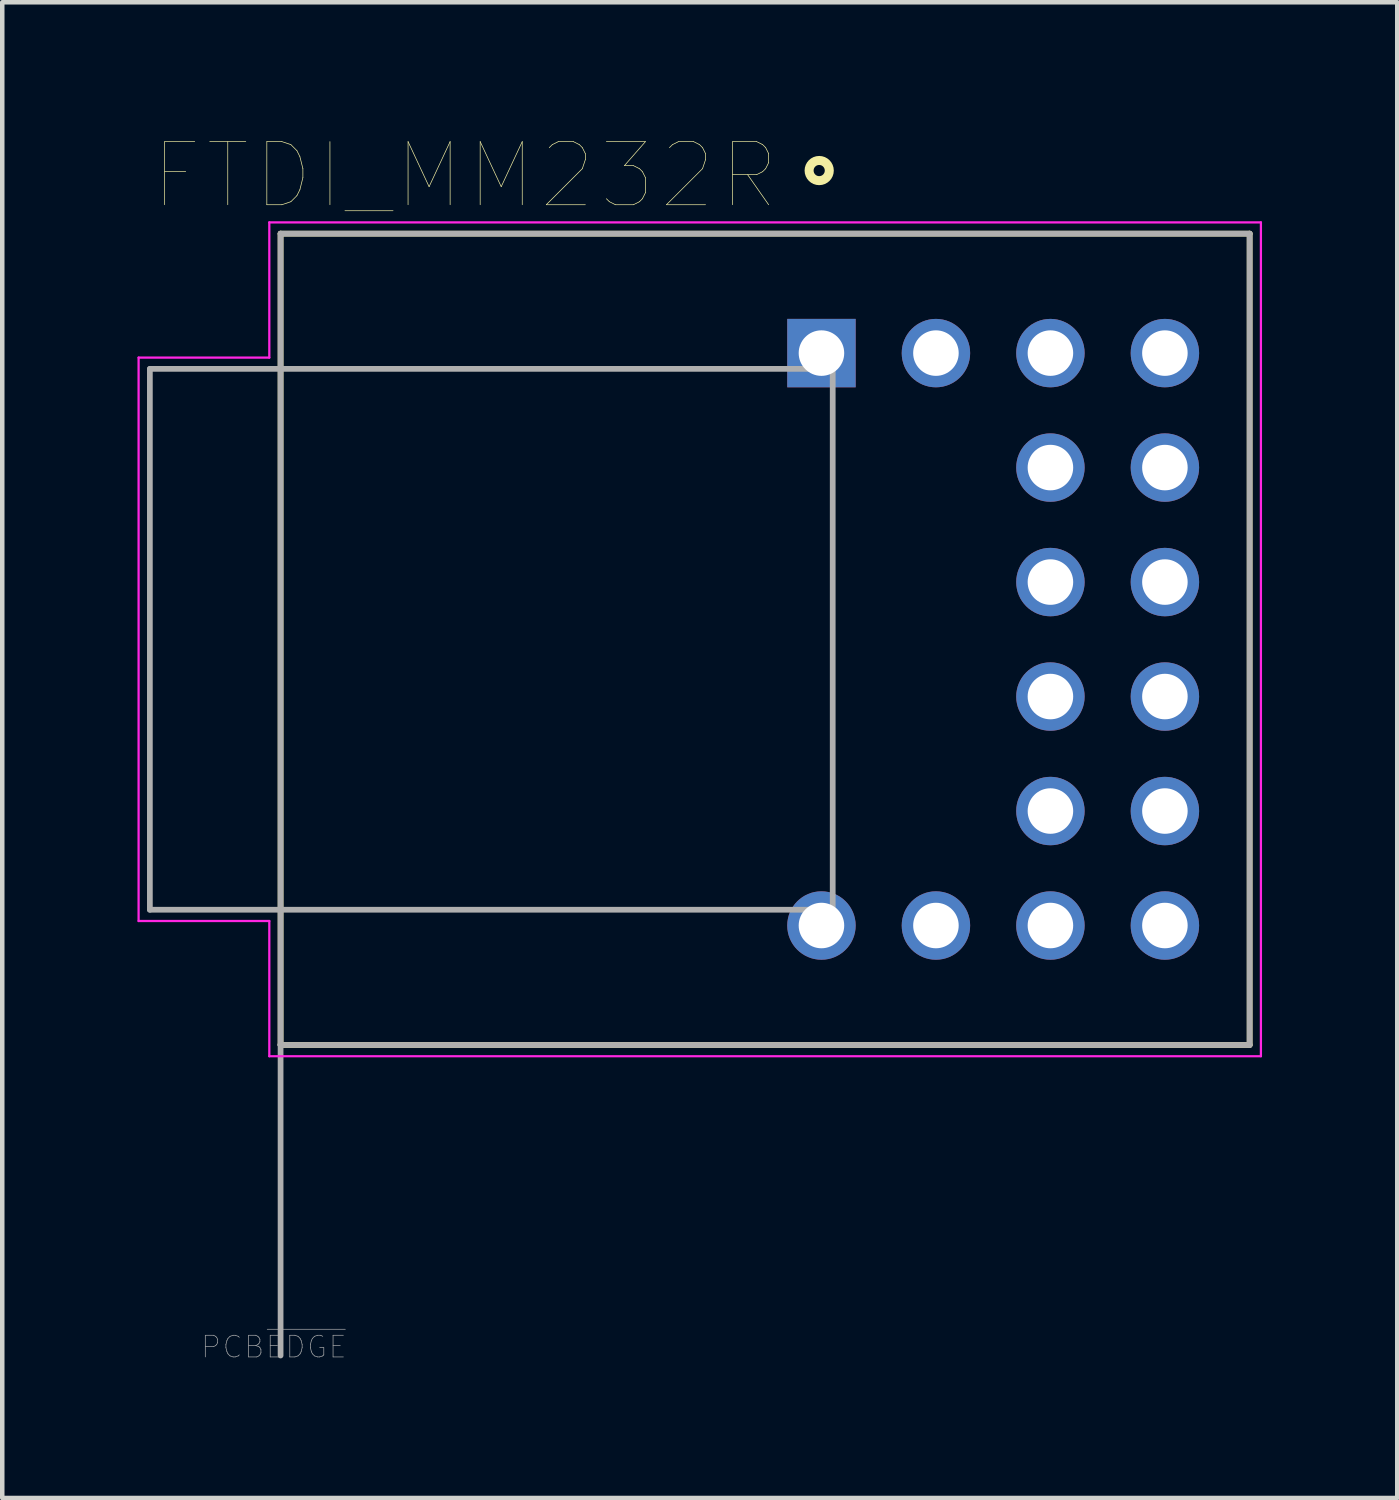
<source format=kicad_pcb>
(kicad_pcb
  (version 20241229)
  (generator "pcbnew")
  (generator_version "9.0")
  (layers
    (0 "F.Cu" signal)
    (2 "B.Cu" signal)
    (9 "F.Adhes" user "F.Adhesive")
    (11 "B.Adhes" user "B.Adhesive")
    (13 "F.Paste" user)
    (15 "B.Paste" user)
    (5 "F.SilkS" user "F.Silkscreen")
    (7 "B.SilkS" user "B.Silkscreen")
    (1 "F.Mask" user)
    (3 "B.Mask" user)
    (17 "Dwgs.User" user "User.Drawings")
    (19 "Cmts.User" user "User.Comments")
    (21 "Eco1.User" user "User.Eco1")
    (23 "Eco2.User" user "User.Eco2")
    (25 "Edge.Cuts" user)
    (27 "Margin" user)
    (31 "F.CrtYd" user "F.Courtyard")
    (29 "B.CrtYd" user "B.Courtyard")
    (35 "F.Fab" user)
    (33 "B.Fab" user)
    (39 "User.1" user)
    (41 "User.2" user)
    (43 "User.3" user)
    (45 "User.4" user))
  (footprint "FTDI_MM232R"
    (layer "F.Cu")
    (at 13.925 11.134)
    (property "Reference" "FTDI_MM232R" (at -6.655 -10.289 0) (layer "F.SilkS") (effects (font (size 1.4 1.4) (thickness 0.015))))
    (attr through_hole)
    (fp_line (start -10.75 -9) (end 10.75 -9) (stroke (width 0.127) (type solid)) (layer "F.SilkS"))
    (fp_line (start -10.75 9) (end -10.75 -9) (stroke (width 0.127) (type solid)) (layer "F.SilkS"))
    (fp_line (start 10.75 -9) (end 10.75 9) (stroke (width 0.127) (type solid)) (layer "F.SilkS"))
    (fp_line (start 10.75 9) (end -10.75 9) (stroke (width 0.127) (type solid)) (layer "F.SilkS"))
    (fp_circle (center 1.2 -10.4) (end 1.424 -10.4) (stroke (width 0.2) (type solid)) (fill no) (layer "F.SilkS"))
    (fp_line (start -13.9 -6.25) (end -11 -6.25) (stroke (width 0.05) (type solid)) (layer "F.CrtYd"))
    (fp_line (start -13.9 6.25) (end -13.9 -6.25) (stroke (width 0.05) (type solid)) (layer "F.CrtYd"))
    (fp_line (start -11 -9.25) (end 11 -9.25) (stroke (width 0.05) (type solid)) (layer "F.CrtYd"))
    (fp_line (start -11 -6.25) (end -11 -9.25) (stroke (width 0.05) (type solid)) (layer "F.CrtYd"))
    (fp_line (start -11 6.25) (end -13.9 6.25) (stroke (width 0.05) (type solid)) (layer "F.CrtYd"))
    (fp_line (start -11 9.25) (end -11 6.25) (stroke (width 0.05) (type solid)) (layer "F.CrtYd"))
    (fp_line (start 11 -9.25) (end 11 9.25) (stroke (width 0.05) (type solid)) (layer "F.CrtYd"))
    (fp_line (start 11 9.25) (end -11 9.25) (stroke (width 0.05) (type solid)) (layer "F.CrtYd"))
    (fp_line (start -13.65 -6) (end -13.65 6) (stroke (width 0.127) (type solid)) (layer "F.Fab"))
    (fp_line (start -13.65 6) (end -10.75 6) (stroke (width 0.127) (type solid)) (layer "F.Fab"))
    (fp_line (start -10.75 -9) (end 10.75 -9) (stroke (width 0.127) (type solid)) (layer "F.Fab"))
    (fp_line (start -10.75 -6) (end -13.65 -6) (stroke (width 0.127) (type solid)) (layer "F.Fab"))
    (fp_line (start -10.75 -6) (end -10.75 -9) (stroke (width 0.127) (type solid)) (layer "F.Fab"))
    (fp_line (start -10.75 -6) (end 1.5 -6) (stroke (width 0.127) (type solid)) (layer "F.Fab"))
    (fp_line (start -10.75 6) (end -10.75 -6) (stroke (width 0.127) (type solid)) (layer "F.Fab"))
    (fp_line (start -10.75 8.99) (end -10.75 6) (stroke (width 0.127) (type solid)) (layer "F.Fab"))
    (fp_line (start -10.75 8.99) (end -10.75 15.89) (stroke (width 0.127) (type solid)) (layer "F.Fab"))
    (fp_line (start -10.75 9) (end -10.75 8.99) (stroke (width 0.127) (type solid)) (layer "F.Fab"))
    (fp_line (start 1.5 -6) (end 1.5 6) (stroke (width 0.127) (type solid)) (layer "F.Fab"))
    (fp_line (start 1.5 6) (end -10.75 6) (stroke (width 0.127) (type solid)) (layer "F.Fab"))
    (fp_line (start 10.75 -9) (end 10.75 9) (stroke (width 0.127) (type solid)) (layer "F.Fab"))
    (fp_line (start 10.75 9) (end -10.75 9) (stroke (width 0.127) (type solid)) (layer "F.Fab"))
    (fp_text user "PCB~{EDGE}" (at -10.9 15.7 0) (layer "F.Fab") (effects (font (size 0.48 0.48) (thickness 0.015))))
    (pad "1" thru_hole rect (at 1.25 -6.35) (size 1.518 1.518) (drill 1.01) (layers "*.Cu" "*.Mask"))
    (pad "2" thru_hole circle (at 3.79 -6.35) (size 1.518 1.518) (drill 1.01) (layers "*.Cu" "*.Mask"))
    (pad "3" thru_hole circle (at 6.33 -6.35) (size 1.518 1.518) (drill 1.01) (layers "*.Cu" "*.Mask"))
    (pad "4" thru_hole circle (at 8.87 -6.35) (size 1.518 1.518) (drill 1.01) (layers "*.Cu" "*.Mask"))
    (pad "5" thru_hole circle (at 6.33 -3.81) (size 1.518 1.518) (drill 1.01) (layers "*.Cu" "*.Mask"))
    (pad "6" thru_hole circle (at 8.87 -3.81) (size 1.518 1.518) (drill 1.01) (layers "*.Cu" "*.Mask"))
    (pad "7" thru_hole circle (at 6.33 -1.27) (size 1.518 1.518) (drill 1.01) (layers "*.Cu" "*.Mask"))
    (pad "8" thru_hole circle (at 8.87 -1.27) (size 1.518 1.518) (drill 1.01) (layers "*.Cu" "*.Mask"))
    (pad "9" thru_hole circle (at 8.87 1.27) (size 1.518 1.518) (drill 1.01) (layers "*.Cu" "*.Mask"))
    (pad "10" thru_hole circle (at 6.33 1.27) (size 1.518 1.518) (drill 1.01) (layers "*.Cu" "*.Mask"))
    (pad "11" thru_hole circle (at 8.87 3.81) (size 1.518 1.518) (drill 1.01) (layers "*.Cu" "*.Mask"))
    (pad "12" thru_hole circle (at 6.33 3.81) (size 1.518 1.518) (drill 1.01) (layers "*.Cu" "*.Mask"))
    (pad "13" thru_hole circle (at 8.87 6.35) (size 1.518 1.518) (drill 1.01) (layers "*.Cu" "*.Mask"))
    (pad "14" thru_hole circle (at 6.33 6.35) (size 1.518 1.518) (drill 1.01) (layers "*.Cu" "*.Mask"))
    (pad "15" thru_hole circle (at 3.79 6.35) (size 1.518 1.518) (drill 1.01) (layers "*.Cu" "*.Mask"))
    (pad "16" thru_hole circle (at 1.25 6.35) (size 1.518 1.518) (drill 1.01) (layers "*.Cu" "*.Mask")))
  (gr_rect
    (start -3 -3)
    (end 27.95 30.185)
    (stroke (width 0.1) (type default))
    (fill no)
    (layer "Edge.Cuts")))
</source>
